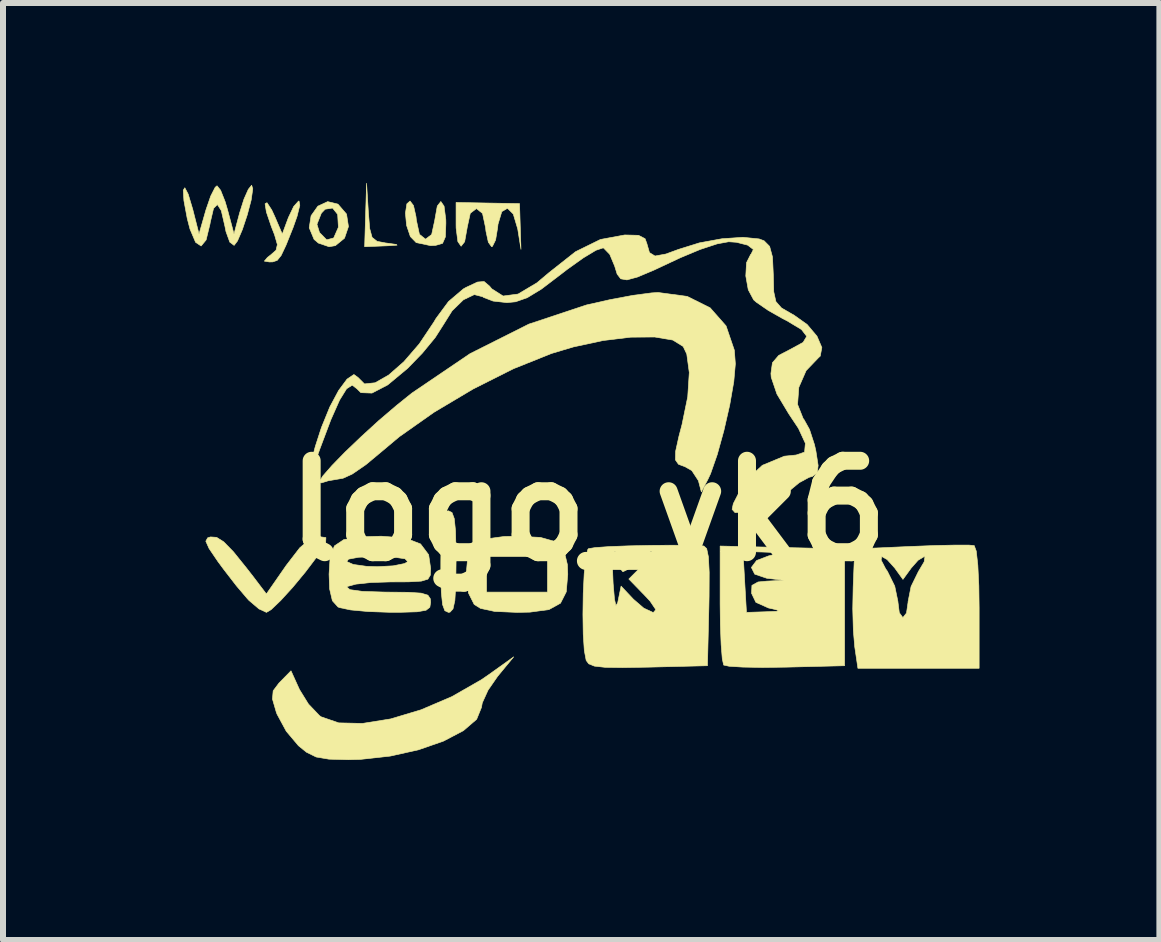
<source format=kicad_pcb>
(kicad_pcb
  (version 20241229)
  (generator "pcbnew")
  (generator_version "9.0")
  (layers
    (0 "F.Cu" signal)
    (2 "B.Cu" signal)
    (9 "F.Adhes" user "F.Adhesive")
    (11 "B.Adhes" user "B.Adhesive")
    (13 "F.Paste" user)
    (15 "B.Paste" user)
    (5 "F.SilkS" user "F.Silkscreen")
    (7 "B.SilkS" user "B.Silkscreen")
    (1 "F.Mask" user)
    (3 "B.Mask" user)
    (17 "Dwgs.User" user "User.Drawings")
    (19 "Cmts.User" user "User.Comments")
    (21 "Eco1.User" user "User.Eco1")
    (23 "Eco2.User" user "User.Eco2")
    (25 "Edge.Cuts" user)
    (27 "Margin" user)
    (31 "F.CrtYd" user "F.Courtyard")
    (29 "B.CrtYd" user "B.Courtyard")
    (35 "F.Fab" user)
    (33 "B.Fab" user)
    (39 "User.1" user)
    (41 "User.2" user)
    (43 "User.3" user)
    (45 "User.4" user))
  (footprint "logo_vk6"
    (layer "F.Cu")
    (at 6.754 5.466)
    (property "Reference" "logo_vk6" (at 0 0 0) (layer "F.SilkS") (effects (font (size 1.524 1.524) (thickness 0.3))))
    (attr through_hole)
    (fp_poly (pts (xy -3.663 -4.979) (xy -3.641 -4.706) (xy -3.601 -4.559) (xy -3.519 -4.493) (xy -3.369 -4.464) (xy -3.361 -4.464) (xy -3.197 -4.441) (xy -3.185 -4.429) (xy -3.334 -4.419) (xy -3.408 -4.416) (xy -3.725 -4.403) (xy -3.709 -4.932) (xy -3.693 -5.461) (xy -3.663 -4.979)) (stroke (width 0.01) (type solid)) (fill yes) (layer "F.SilkS"))
    (fp_poly (pts (xy -2.269 0.028) (xy -2.231 0.13) (xy -2.21 0.335) (xy -2.202 0.67) (xy -2.201 0.847) (xy -2.206 1.241) (xy -2.221 1.495) (xy -2.252 1.635) (xy -2.302 1.689) (xy -2.328 1.693) (xy -2.388 1.665) (xy -2.426 1.563) (xy -2.447 1.358) (xy -2.455 1.023) (xy -2.455 0.847) (xy -2.451 0.452) (xy -2.436 0.198) (xy -2.405 0.058) (xy -2.355 0.004) (xy -2.328 0) (xy -2.269 0.028)) (stroke (width 0.01) (type solid)) (fill yes) (layer "F.SilkS"))
    (fp_poly (pts (xy -2.911 -5.09) (xy -2.869 -4.904) (xy -2.863 -4.847) (xy -2.812 -4.61) (xy -2.712 -4.53) (xy -2.709 -4.53) (xy -2.608 -4.606) (xy -2.557 -4.84) (xy -2.556 -4.847) (xy -2.514 -5.081) (xy -2.455 -5.157) (xy -2.401 -5.079) (xy -2.372 -4.854) (xy -2.371 -4.797) (xy -2.379 -4.567) (xy -2.426 -4.459) (xy -2.543 -4.425) (xy -2.625 -4.421) (xy -2.866 -4.472) (xy -2.963 -4.572) (xy -3.026 -4.759) (xy -3.045 -4.963) (xy -3.021 -5.118) (xy -2.968 -5.165) (xy -2.911 -5.09)) (stroke (width 0.01) (type solid)) (fill yes) (layer "F.SilkS"))
    (fp_poly (pts (xy -4.806 -5.094) (xy -4.851 -4.912) (xy -4.917 -4.725) (xy -5.036 -4.428) (xy -5.117 -4.257) (xy -5.183 -4.175) (xy -5.258 -4.15) (xy -5.313 -4.149) (xy -5.397 -4.163) (xy -5.345 -4.225) (xy -5.294 -4.264) (xy -5.202 -4.345) (xy -5.18 -4.439) (xy -5.227 -4.602) (xy -5.281 -4.74) (xy -5.363 -4.981) (xy -5.385 -5.119) (xy -5.353 -5.137) (xy -5.274 -5.016) (xy -5.22 -4.899) (xy -5.098 -4.614) (xy -4.996 -4.889) (xy -4.908 -5.074) (xy -4.828 -5.163) (xy -4.819 -5.165) (xy -4.806 -5.094)) (stroke (width 0.01) (type solid)) (fill yes) (layer "F.SilkS"))
    (fp_poly (pts (xy -4.17 -5.113) (xy -4.027 -4.947) (xy -3.995 -4.739) (xy -4.061 -4.545) (xy -4.213 -4.421) (xy -4.318 -4.403) (xy -4.497 -4.464) (xy -4.568 -4.525) (xy -4.649 -4.719) (xy -4.64 -4.777) (xy -4.52 -4.777) (xy -4.478 -4.64) (xy -4.358 -4.518) (xy -4.241 -4.549) (xy -4.165 -4.722) (xy -4.163 -4.737) (xy -4.175 -4.942) (xy -4.26 -5.048) (xy -4.384 -5.028) (xy -4.447 -4.962) (xy -4.52 -4.777) (xy -4.64 -4.777) (xy -4.618 -4.919) (xy -4.505 -5.079) (xy -4.341 -5.155) (xy -4.17 -5.113)) (stroke (width 0.01) (type solid)) (fill yes) (layer "F.SilkS"))
    (fp_poly (pts (xy -1.672 -5.131) (xy -1.143 -5.122) (xy -1.119 -4.36) (xy -1.173 -4.699) (xy -1.247 -4.947) (xy -1.344 -5.044) (xy -1.439 -4.988) (xy -1.502 -4.778) (xy -1.508 -4.72) (xy -1.542 -4.516) (xy -1.595 -4.408) (xy -1.609 -4.403) (xy -1.663 -4.478) (xy -1.703 -4.663) (xy -1.709 -4.72) (xy -1.76 -4.958) (xy -1.86 -5.038) (xy -1.863 -5.038) (xy -1.964 -4.961) (xy -2.015 -4.727) (xy -2.016 -4.72) (xy -2.058 -4.486) (xy -2.117 -4.411) (xy -2.171 -4.488) (xy -2.2 -4.713) (xy -2.201 -4.772) (xy -2.201 -5.141) (xy -1.672 -5.131)) (stroke (width 0.01) (type solid)) (fill yes) (layer "F.SilkS"))
    (fp_poly (pts (xy -0.795 0.443) (xy -0.543 0.514) (xy -0.402 0.659) (xy -0.345 0.897) (xy -0.339 1.058) (xy -0.364 1.351) (xy -0.46 1.54) (xy -0.652 1.646) (xy -0.97 1.689) (xy -1.185 1.693) (xy -1.558 1.677) (xy -1.794 1.626) (xy -1.899 1.56) (xy -1.993 1.373) (xy -2.032 1.084) (xy -2.032 1.058) (xy -2.006 0.765) (xy -2.005 0.762) (xy -1.693 0.762) (xy -1.693 1.355) (xy -0.677 1.355) (xy -0.677 0.762) (xy -1.693 0.762) (xy -2.005 0.762) (xy -1.911 0.576) (xy -1.718 0.471) (xy -1.401 0.428) (xy -1.185 0.423) (xy -0.795 0.443)) (stroke (width 0.01) (type solid)) (fill yes) (layer "F.SilkS"))
    (fp_poly (pts (xy -4.371 0.446) (xy -4.375 0.534) (xy -4.395 0.572) (xy -4.529 0.777) (xy -4.716 1.024) (xy -4.925 1.276) (xy -5.125 1.495) (xy -5.283 1.646) (xy -5.362 1.693) (xy -5.487 1.635) (xy -5.654 1.493) (xy -5.684 1.46) (xy -5.861 1.252) (xy -6.069 0.983) (xy -6.17 0.847) (xy -6.319 0.627) (xy -6.373 0.506) (xy -6.342 0.45) (xy -6.294 0.435) (xy -6.193 0.442) (xy -6.074 0.517) (xy -5.913 0.682) (xy -5.69 0.959) (xy -5.581 1.099) (xy -5.363 1.386) (xy -5.031 0.908) (xy -4.806 0.616) (xy -4.627 0.462) (xy -4.506 0.427) (xy -4.371 0.446)) (stroke (width 0.01) (type solid)) (fill yes) (layer "F.SilkS"))
    (fp_poly (pts (xy -1.509 2.76) (xy -1.668 2.99) (xy -1.764 3.201) (xy -1.778 3.278) (xy -1.858 3.475) (xy -2.079 3.665) (xy -2.411 3.839) (xy -2.828 3.984) (xy -3.3 4.089) (xy -3.798 4.144) (xy -3.996 4.149) (xy -4.32 4.14) (xy -4.533 4.104) (xy -4.695 4.024) (xy -4.828 3.916) (xy -5.032 3.674) (xy -5.186 3.389) (xy -5.198 3.357) (xy -5.262 3.137) (xy -5.25 3) (xy -5.154 2.872) (xy -5.131 2.849) (xy -4.953 2.667) (xy -4.812 2.978) (xy -4.662 3.221) (xy -4.478 3.414) (xy -4.45 3.434) (xy -4.157 3.535) (xy -3.761 3.544) (xy -3.292 3.469) (xy -2.785 3.317) (xy -2.27 3.097) (xy -1.781 2.817) (xy -1.657 2.732) (xy -1.24 2.434) (xy -1.509 2.76)) (stroke (width 0.01) (type solid)) (fill yes) (layer "F.SilkS"))
    (fp_poly (pts (xy -5.59 -5.369) (xy -5.617 -5.18) (xy -5.682 -4.934) (xy -5.764 -4.688) (xy -5.845 -4.499) (xy -5.901 -4.425) (xy -5.973 -4.479) (xy -6.037 -4.656) (xy -6.053 -4.737) (xy -6.115 -5.005) (xy -6.18 -5.106) (xy -6.244 -5.042) (xy -6.299 -4.809) (xy -6.303 -4.783) (xy -6.368 -4.516) (xy -6.451 -4.415) (xy -6.543 -4.476) (xy -6.637 -4.698) (xy -6.683 -4.875) (xy -6.738 -5.171) (xy -6.749 -5.345) (xy -6.723 -5.386) (xy -6.667 -5.28) (xy -6.591 -5.027) (xy -6.486 -4.614) (xy -6.371 -5.016) (xy -6.291 -5.248) (xy -6.217 -5.393) (xy -6.186 -5.419) (xy -6.126 -5.344) (xy -6.051 -5.155) (xy -6.01 -5.016) (xy -5.903 -4.614) (xy -5.809 -4.968) (xy -5.737 -5.196) (xy -5.664 -5.36) (xy -5.609 -5.428) (xy -5.59 -5.369)) (stroke (width 0.01) (type solid)) (fill yes) (layer "F.SilkS"))
    (fp_poly (pts (xy 3.239 0.611) (xy 4.276 0.635) (xy 4.276 2.582) (xy 3.297 2.606) (xy 2.906 2.611) (xy 2.578 2.605) (xy 2.351 2.591) (xy 2.26 2.571) (xy 2.237 2.467) (xy 2.218 2.231) (xy 2.205 1.898) (xy 2.201 1.55) (xy 2.201 0.677) (xy 2.582 0.677) (xy 2.611 1.185) (xy 2.64 1.693) (xy 2.95 1.683) (xy 3.145 1.675) (xy 3.18 1.661) (xy 3.064 1.632) (xy 3.006 1.619) (xy 2.797 1.525) (xy 2.725 1.375) (xy 2.731 1.243) (xy 2.833 1.186) (xy 2.979 1.172) (xy 3.26 1.158) (xy 2.979 1.124) (xy 2.778 1.056) (xy 2.722 0.944) (xy 2.809 0.828) (xy 3.007 0.752) (xy 3.152 0.717) (xy 3.153 0.699) (xy 3 0.69) (xy 2.921 0.687) (xy 2.582 0.677) (xy 2.201 0.677) (xy 2.201 0.587) (xy 3.239 0.611)) (stroke (width 0.01) (type solid)) (fill yes) (layer "F.SilkS"))
    (fp_poly (pts (xy 6.347 0.571) (xy 6.437 0.579) (xy 6.471 0.671) (xy 6.497 0.904) (xy 6.514 1.248) (xy 6.519 1.616) (xy 6.519 2.625) (xy 4.498 2.625) (xy 4.445 2.265) (xy 4.422 1.994) (xy 4.412 1.634) (xy 4.419 1.27) (xy 4.437 0.821) (xy 4.885 0.821) (xy 4.961 0.967) (xy 4.99 1.008) (xy 5.112 1.255) (xy 5.165 1.511) (xy 5.165 1.516) (xy 5.188 1.698) (xy 5.246 1.778) (xy 5.249 1.778) (xy 5.308 1.704) (xy 5.334 1.526) (xy 5.334 1.516) (xy 5.384 1.262) (xy 5.506 1.013) (xy 5.509 1.008) (xy 5.603 0.849) (xy 5.615 0.765) (xy 5.604 0.762) (xy 5.501 0.824) (xy 5.387 0.953) (xy 5.249 1.143) (xy 5.112 0.953) (xy 4.985 0.812) (xy 4.895 0.762) (xy 4.885 0.821) (xy 4.437 0.821) (xy 4.445 0.635) (xy 5.399 0.593) (xy 5.789 0.578) (xy 6.117 0.571) (xy 6.347 0.571)) (stroke (width 0.01) (type solid)) (fill yes) (layer "F.SilkS"))
    (fp_poly (pts (xy -3.05 0.453) (xy -2.793 0.552) (xy -2.658 0.732) (xy -2.625 0.959) (xy -2.63 1.072) (xy -2.671 1.139) (xy -2.781 1.172) (xy -2.995 1.184) (xy -3.297 1.185) (xy -3.619 1.195) (xy -3.871 1.222) (xy -4.01 1.26) (xy -4.022 1.27) (xy -3.971 1.314) (xy -3.763 1.343) (xy -3.41 1.354) (xy -3.349 1.355) (xy -2.998 1.358) (xy -2.783 1.372) (xy -2.671 1.406) (xy -2.63 1.466) (xy -2.625 1.524) (xy -2.638 1.607) (xy -2.701 1.657) (xy -2.848 1.683) (xy -3.111 1.691) (xy -3.323 1.691) (xy -3.667 1.679) (xy -3.959 1.652) (xy -4.145 1.613) (xy -4.17 1.602) (xy -4.263 1.499) (xy -4.309 1.302) (xy -4.318 1.057) (xy -4.305 0.847) (xy -4.022 0.847) (xy -3.914 0.894) (xy -3.694 0.925) (xy -3.514 0.931) (xy -3.25 0.917) (xy -3.061 0.879) (xy -3.006 0.847) (xy -3.052 0.799) (xy -3.251 0.77) (xy -3.514 0.762) (xy -3.825 0.774) (xy -3.996 0.806) (xy -4.022 0.847) (xy -4.305 0.847) (xy -4.301 0.771) (xy -4.229 0.585) (xy -4.073 0.48) (xy -3.805 0.433) (xy -3.448 0.423) (xy -3.05 0.453)) (stroke (width 0.01) (type solid)) (fill yes) (layer "F.SilkS"))
    (fp_poly (pts (xy 1.652 -3.575) (xy 2.034 -3.385) (xy 2.3 -3.083) (xy 2.438 -2.678) (xy 2.455 -2.45) (xy 2.429 -2.155) (xy 2.361 -1.764) (xy 2.264 -1.339) (xy 2.153 -0.938) (xy 2.042 -0.62) (xy 1.997 -0.524) (xy 1.888 -0.316) (xy 1.839 -0.503) (xy 1.729 -0.671) (xy 1.615 -0.736) (xy 1.507 -0.776) (xy 1.456 -0.849) (xy 1.459 -0.992) (xy 1.514 -1.241) (xy 1.566 -1.439) (xy 1.661 -1.901) (xy 1.687 -2.305) (xy 1.645 -2.614) (xy 1.585 -2.74) (xy 1.412 -2.847) (xy 1.11 -2.898) (xy 0.712 -2.895) (xy 0.249 -2.839) (xy -0.247 -2.732) (xy -0.611 -2.623) (xy -1.245 -2.369) (xy -1.917 -2.031) (xy -2.569 -1.643) (xy -3.148 -1.235) (xy -3.453 -0.979) (xy -3.705 -0.769) (xy -3.932 -0.613) (xy -4.088 -0.542) (xy -4.099 -0.541) (xy -4.332 -0.501) (xy -4.445 -0.466) (xy -4.487 -0.478) (xy -4.422 -0.581) (xy -4.27 -0.755) (xy -4.051 -0.98) (xy -3.784 -1.235) (xy -3.492 -1.502) (xy -3.192 -1.758) (xy -2.937 -1.963) (xy -1.968 -2.62) (xy -0.987 -3.113) (xy -0.027 -3.432) (xy 0.372 -3.522) (xy 0.752 -3.593) (xy 1.057 -3.633) (xy 1.167 -3.64) (xy 1.652 -3.575)) (stroke (width 0.01) (type solid)) (fill yes) (layer "F.SilkS"))
    (fp_poly (pts (xy 1.732 0.577) (xy 1.929 0.586) (xy 1.977 0.63) (xy 2.006 0.769) (xy 2.019 1.026) (xy 2.017 1.422) (xy 2.014 1.587) (xy 1.99 2.582) (xy 1.005 2.606) (xy 0.575 2.613) (xy 0.285 2.609) (xy 0.106 2.589) (xy 0.01 2.55) (xy -0.032 2.493) (xy -0.063 2.329) (xy -0.081 2.058) (xy -0.086 1.725) (xy -0.081 1.374) (xy -0.065 1.049) (xy -0.056 0.954) (xy 0.407 0.954) (xy 0.417 1.206) (xy 0.44 1.474) (xy 0.464 1.58) (xy 0.493 1.533) (xy 0.501 1.495) (xy 0.55 1.255) (xy 0.756 1.474) (xy 0.928 1.622) (xy 1.077 1.692) (xy 1.09 1.693) (xy 1.129 1.647) (xy 1.033 1.505) (xy 0.949 1.415) (xy 0.679 1.137) (xy 0.909 0.907) (xy 1.033 0.763) (xy 1.063 0.683) (xy 1.048 0.677) (xy 0.929 0.735) (xy 0.804 0.847) (xy 0.666 0.973) (xy 0.58 1.016) (xy 0.521 0.945) (xy 0.508 0.847) (xy 0.481 0.709) (xy 0.445 0.677) (xy 0.417 0.754) (xy 0.407 0.954) (xy -0.056 0.954) (xy -0.04 0.791) (xy -0.006 0.647) (xy 0.006 0.631) (xy 0.116 0.613) (xy 0.352 0.596) (xy 0.675 0.584) (xy 1.04 0.576) (xy 1.406 0.573) (xy 1.732 0.577)) (stroke (width 0.01) (type solid)) (fill yes) (layer "F.SilkS"))
    (fp_poly (pts (xy 0.841 -4.593) (xy 0.95 -4.537) (xy 0.979 -4.458) (xy 1.023 -4.305) (xy 1.116 -4.248) (xy 1.296 -4.281) (xy 1.506 -4.358) (xy 1.855 -4.467) (xy 2.232 -4.536) (xy 2.582 -4.56) (xy 2.851 -4.533) (xy 2.934 -4.502) (xy 3.026 -4.409) (xy 3.074 -4.232) (xy 3.088 -3.93) (xy 3.088 -3.929) (xy 3.095 -3.652) (xy 3.131 -3.488) (xy 3.224 -3.382) (xy 3.404 -3.278) (xy 3.427 -3.266) (xy 3.651 -3.107) (xy 3.816 -2.911) (xy 3.897 -2.722) (xy 3.87 -2.579) (xy 3.844 -2.556) (xy 3.635 -2.338) (xy 3.513 -2.059) (xy 3.492 -1.774) (xy 3.585 -1.539) (xy 3.598 -1.524) (xy 3.691 -1.357) (xy 3.774 -1.103) (xy 3.798 -0.995) (xy 3.835 -0.756) (xy 3.821 -0.632) (xy 3.743 -0.575) (xy 3.682 -0.558) (xy 3.519 -0.469) (xy 3.309 -0.296) (xy 3.186 -0.17) (xy 3.019 -0.001) (xy 2.907 0.083) (xy 2.879 0.075) (xy 2.805 0.016) (xy 2.624 0.018) (xy 2.45 0.03) (xy 2.401 -0.025) (xy 2.421 -0.12) (xy 2.608 -0.485) (xy 2.905 -0.759) (xy 3.272 -0.911) (xy 3.469 -0.931) (xy 3.609 -0.979) (xy 3.622 -1.126) (xy 3.507 -1.375) (xy 3.344 -1.62) (xy 3.148 -1.947) (xy 3.053 -2.226) (xy 3.048 -2.29) (xy 3.073 -2.469) (xy 3.178 -2.591) (xy 3.381 -2.697) (xy 3.584 -2.808) (xy 3.645 -2.909) (xy 3.558 -3.022) (xy 3.318 -3.167) (xy 3.247 -3.203) (xy 3.002 -3.342) (xy 2.806 -3.477) (xy 2.76 -3.517) (xy 2.67 -3.686) (xy 2.629 -3.916) (xy 2.641 -4.137) (xy 2.711 -4.276) (xy 2.718 -4.281) (xy 2.755 -4.357) (xy 2.661 -4.429) (xy 2.473 -4.477) (xy 2.343 -4.486) (xy 2.152 -4.451) (xy 1.867 -4.357) (xy 1.546 -4.223) (xy 1.496 -4.2) (xy 1.097 -4.013) (xy 0.824 -3.898) (xy 0.648 -3.85) (xy 0.544 -3.868) (xy 0.484 -3.947) (xy 0.443 -4.08) (xy 0.361 -4.276) (xy 0.259 -4.381) (xy 0.249 -4.383) (xy 0.131 -4.344) (xy -0.078 -4.218) (xy -0.342 -4.03) (xy -0.46 -3.939) (xy -0.778 -3.697) (xy -1.015 -3.553) (xy -1.209 -3.485) (xy -1.353 -3.471) (xy -1.584 -3.497) (xy -1.745 -3.559) (xy -1.757 -3.569) (xy -1.897 -3.605) (xy -2.079 -3.518) (xy -2.267 -3.335) (xy -2.416 -3.097) (xy -2.548 -2.89) (xy -2.763 -2.629) (xy -3.008 -2.376) (xy -3.341 -2.099) (xy -3.603 -1.963) (xy -3.788 -1.97) (xy -3.855 -2.036) (xy -3.932 -2.095) (xy -4.026 -2.035) (xy -4.143 -1.846) (xy -4.289 -1.517) (xy -4.469 -1.039) (xy -4.535 -0.856) (xy -4.59 -0.771) (xy -4.612 -0.773) (xy -4.603 -0.865) (xy -4.548 -1.072) (xy -4.457 -1.354) (xy -4.443 -1.395) (xy -4.306 -1.731) (xy -4.159 -2.006) (xy -4.019 -2.195) (xy -3.904 -2.273) (xy -3.835 -2.223) (xy -3.728 -2.116) (xy -3.55 -2.135) (xy -3.324 -2.264) (xy -3.071 -2.486) (xy -2.813 -2.785) (xy -2.572 -3.145) (xy -2.536 -3.206) (xy -2.327 -3.489) (xy -2.08 -3.699) (xy -2.038 -3.723) (xy -1.844 -3.814) (xy -1.734 -3.823) (xy -1.642 -3.745) (xy -1.607 -3.702) (xy -1.417 -3.581) (xy -1.167 -3.614) (xy -0.853 -3.801) (xy -0.651 -3.971) (xy -0.209 -4.32) (xy 0.206 -4.524) (xy 0.611 -4.599) (xy 0.841 -4.593)) (stroke (width 0.01) (type solid)) (fill yes) (layer "F.SilkS")))
  (gr_rect
    (start -3 -3)
    (end 16.278 12.62)
    (stroke (width 0.1) (type default))
    (fill no)
    (layer "Edge.Cuts")))
</source>
